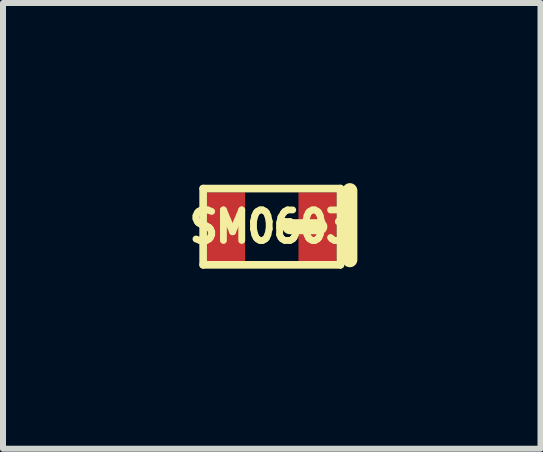
<source format=kicad_pcb>
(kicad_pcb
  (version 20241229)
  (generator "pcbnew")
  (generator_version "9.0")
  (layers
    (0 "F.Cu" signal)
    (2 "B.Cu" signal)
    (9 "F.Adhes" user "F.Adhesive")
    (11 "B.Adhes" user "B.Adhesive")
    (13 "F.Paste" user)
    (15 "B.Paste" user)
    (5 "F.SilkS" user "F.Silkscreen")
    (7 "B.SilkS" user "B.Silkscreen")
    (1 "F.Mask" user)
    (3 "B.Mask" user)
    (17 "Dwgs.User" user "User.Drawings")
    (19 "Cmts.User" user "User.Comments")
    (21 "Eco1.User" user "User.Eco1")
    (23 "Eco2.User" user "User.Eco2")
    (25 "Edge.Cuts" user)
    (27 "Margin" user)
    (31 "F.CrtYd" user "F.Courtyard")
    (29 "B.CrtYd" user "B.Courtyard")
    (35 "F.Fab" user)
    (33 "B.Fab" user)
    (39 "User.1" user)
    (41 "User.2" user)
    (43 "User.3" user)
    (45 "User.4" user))
  (footprint "SM0603"
    (layer "F.Cu")
    (at 1.476 0.725)
    (property "Reference" "SM0603" (at 0 0 0) (layer "F.SilkS") (effects (font (size 0.508 0.457) (thickness 0.114))))
    (attr smd)
    (fp_line (start -1.143 -0.635) (end 1.143 -0.635) (stroke (width 0.127) (type solid)) (layer "F.SilkS"))
    (fp_line (start -1.143 0.635) (end -1.143 -0.635) (stroke (width 0.127) (type solid)) (layer "F.SilkS"))
    (fp_line (start 0.3 0) (end 0.8 0) (stroke (width 0.25) (type solid)) (layer "F.SilkS"))
    (fp_line (start 1.143 -0.635) (end 1.143 0.635) (stroke (width 0.127) (type solid)) (layer "F.SilkS"))
    (fp_line (start 1.143 0.635) (end -1.143 0.635) (stroke (width 0.127) (type solid)) (layer "F.SilkS"))
    (fp_line (start 1.3 -0.6) (end 1.3 0.55) (stroke (width 0.25) (type solid)) (layer "F.SilkS"))
    (pad "1" smd rect (at -0.762 0) (size 0.635 1.143) (layers "F.Cu" "F.Mask" "F.Paste"))
    (pad "2" smd rect (at 0.762 0) (size 0.635 1.143) (layers "F.Cu" "F.Mask" "F.Paste")))
  (gr_rect
    (start -3 -3)
    (end 5.951 4.423)
    (stroke (width 0.1) (type default))
    (fill no)
    (layer "Edge.Cuts")))
</source>
